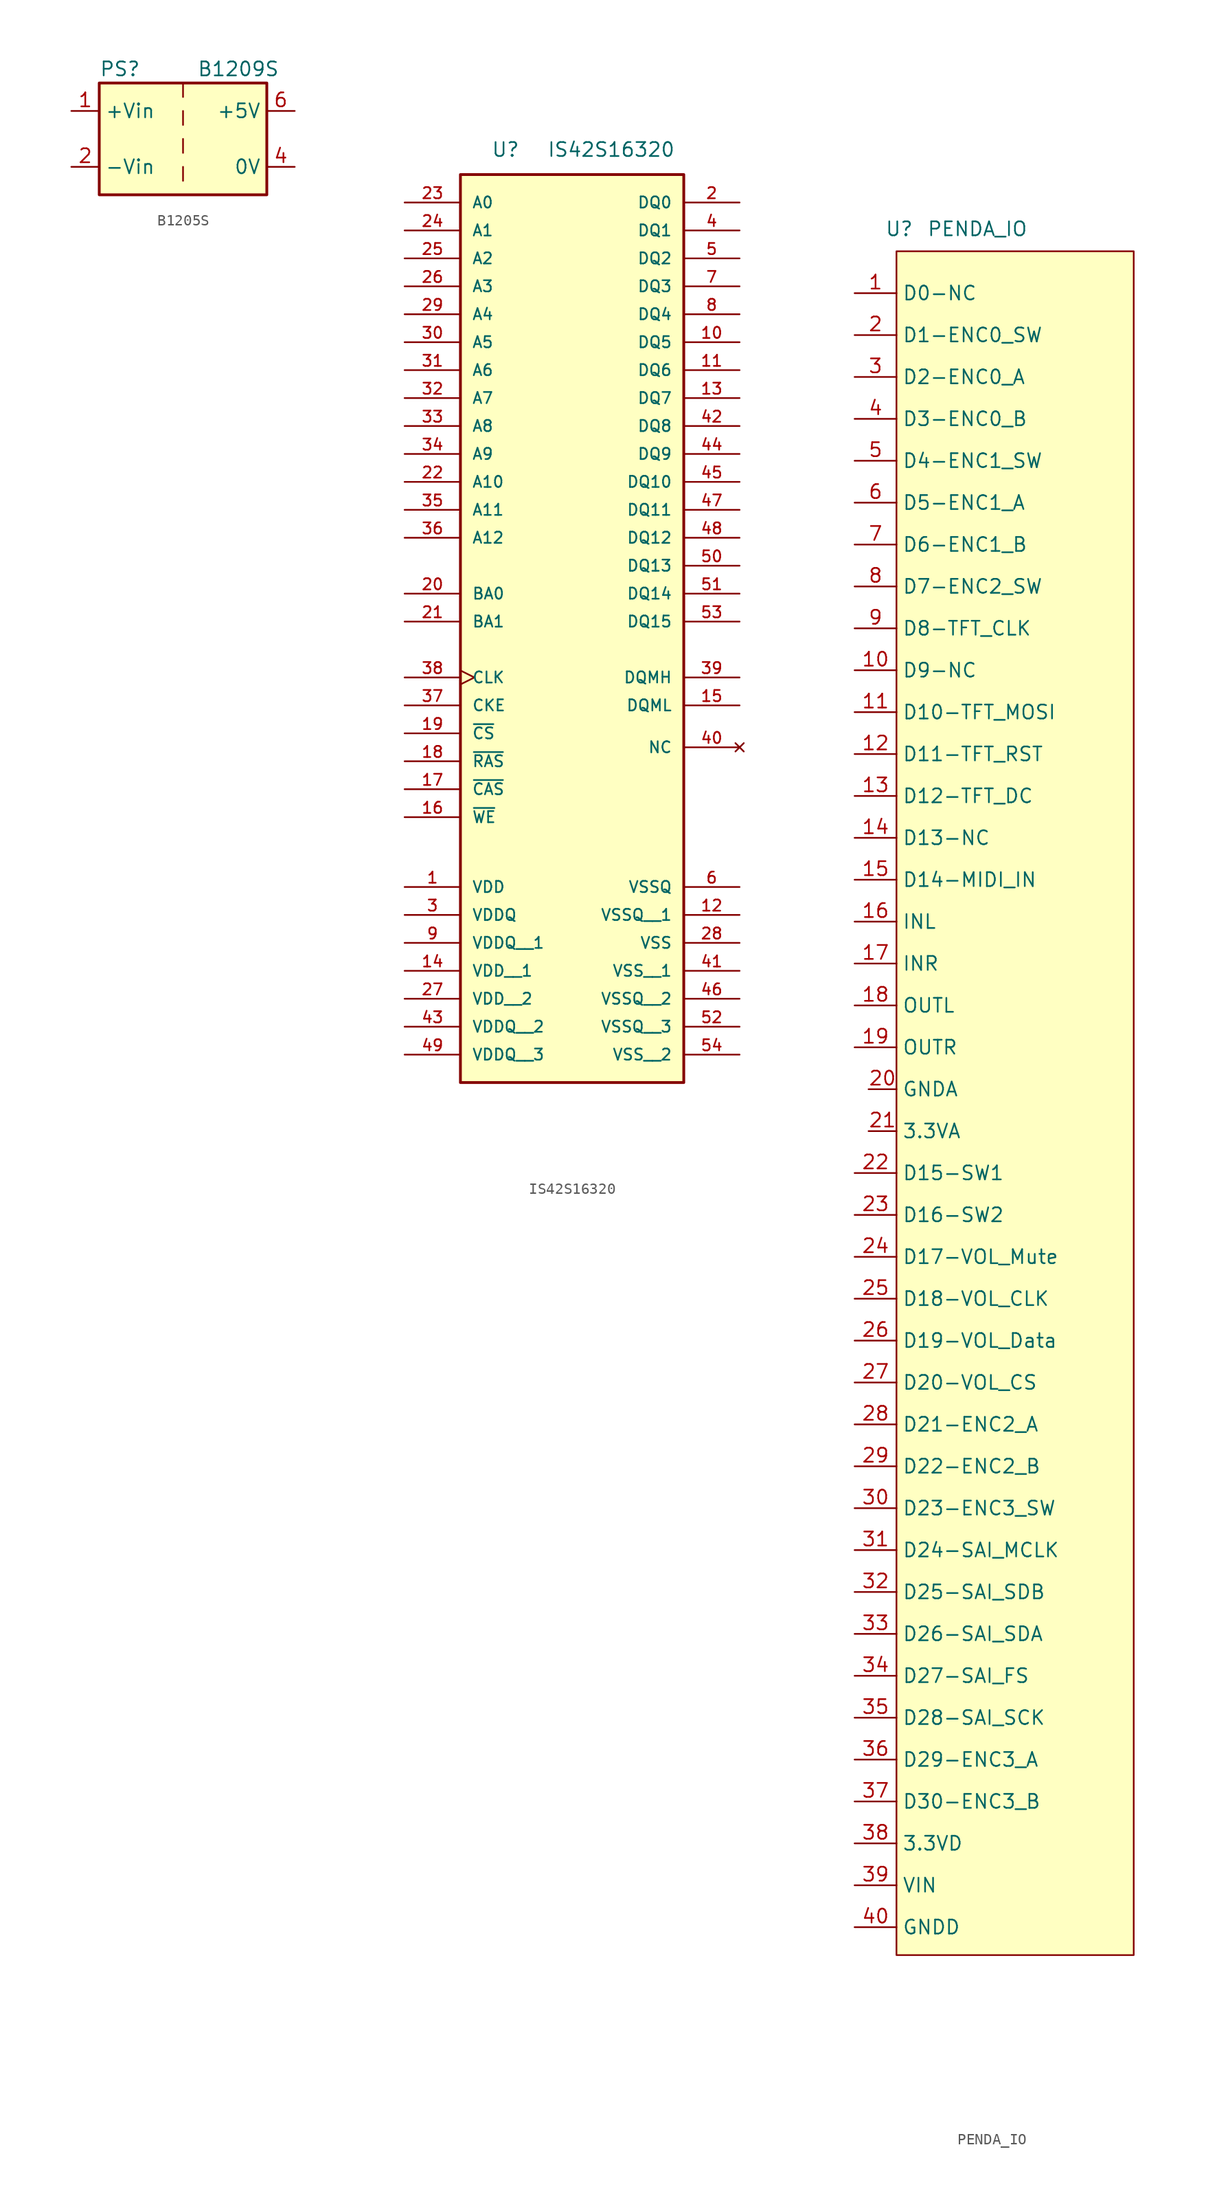
<source format=kicad_sym>
(kicad_symbol_lib
  (version 20241209)
  (generator "kicad_symbol_editor")
  (generator_version "9.0")
  (symbol "B1205S"
    (property "Reference" "PS"
      (at -7.62 6.35 0)
      (effects (font (size 1.27 1.27)) (justify left)))
    (property "Value" "B1209S"
      (at 1.27 6.35 0)
      (effects (font (size 1.27 1.27)) (justify left)))
    (symbol "B1205S_0_0"
      (pin power_in line (at -10.16 2.54 0) (length 2.54) (name "+Vin" (effects (font (size 1.27 1.27)))) (number "1" (effects (font (size 1.27 1.27)))))
      (pin power_in line (at -10.16 -2.54 0) (length 2.54) (name "-Vin" (effects (font (size 1.27 1.27)))) (number "2" (effects (font (size 1.27 1.27))))))
    (symbol "B1205S_0_1"
      (rectangle (start -7.62 5.08) (end 7.62 -5.08) (stroke (width 0.254) (type default)) (fill (type background)))
      (polyline (pts (xy 0 5.08) (xy 0 3.81)) (stroke (width 0) (type default)) (fill (type none)))
      (polyline (pts (xy 0 2.54) (xy 0 1.27)) (stroke (width 0) (type default)) (fill (type none)))
      (polyline (pts (xy 0 0) (xy 0 -1.27)) (stroke (width 0) (type default)) (fill (type none)))
      (polyline (pts (xy 0 -2.54) (xy 0 -3.81)) (stroke (width 0) (type default)) (fill (type none))))
    (symbol "B1205S_1_0"
      (pin power_out line (at 10.16 2.54 180) (length 2.54) (name "+5V" (effects (font (size 1.27 1.27)))) (number "6" (effects (font (size 1.27 1.27)))))
      (pin power_out line (at 10.16 -2.54 180) (length 2.54) (name "0V" (effects (font (size 1.27 1.27)))) (number "4" (effects (font (size 1.27 1.27)))))))
  (symbol "IS42S16320"
    (pin_names
      (offset 1.016))
    (property "Reference" "U"
      (at -7.366 32.004 0)
      (effects (font (size 1.27 1.27)) (justify left bottom)))
    (property "Value" "IS42S16320"
      (at -2.286 32.004 0)
      (effects (font (size 1.27 1.27)) (justify left bottom)))
    (symbol "IS42S16320_0_0"
      (rectangle (start -10.16 30.48) (end 10.16 -52.07) (stroke (width 0.254) (type default)) (fill (type background)))
      (pin input line (at -15.24 27.94 0) (length 5.08) (name "A0" (effects (font (size 1.016 1.016)))) (number "23" (effects (font (size 1.016 1.016)))))
      (pin input line (at -15.24 25.4 0) (length 5.08) (name "A1" (effects (font (size 1.016 1.016)))) (number "24" (effects (font (size 1.016 1.016)))))
      (pin input line (at -15.24 22.86 0) (length 5.08) (name "A2" (effects (font (size 1.016 1.016)))) (number "25" (effects (font (size 1.016 1.016)))))
      (pin input line (at -15.24 20.32 0) (length 5.08) (name "A3" (effects (font (size 1.016 1.016)))) (number "26" (effects (font (size 1.016 1.016)))))
      (pin input line (at -15.24 17.78 0) (length 5.08) (name "A4" (effects (font (size 1.016 1.016)))) (number "29" (effects (font (size 1.016 1.016)))))
      (pin input line (at -15.24 15.24 0) (length 5.08) (name "A5" (effects (font (size 1.016 1.016)))) (number "30" (effects (font (size 1.016 1.016)))))
      (pin input line (at -15.24 12.7 0) (length 5.08) (name "A6" (effects (font (size 1.016 1.016)))) (number "31" (effects (font (size 1.016 1.016)))))
      (pin input line (at -15.24 10.16 0) (length 5.08) (name "A7" (effects (font (size 1.016 1.016)))) (number "32" (effects (font (size 1.016 1.016)))))
      (pin input line (at -15.24 7.62 0) (length 5.08) (name "A8" (effects (font (size 1.016 1.016)))) (number "33" (effects (font (size 1.016 1.016)))))
      (pin input line (at -15.24 5.08 0) (length 5.08) (name "A9" (effects (font (size 1.016 1.016)))) (number "34" (effects (font (size 1.016 1.016)))))
      (pin input line (at -15.24 2.54 0) (length 5.08) (name "A10" (effects (font (size 1.016 1.016)))) (number "22" (effects (font (size 1.016 1.016)))))
      (pin input line (at -15.24 0 0) (length 5.08) (name "A11" (effects (font (size 1.016 1.016)))) (number "35" (effects (font (size 1.016 1.016)))))
      (pin input line (at -15.24 -2.54 0) (length 5.08) (name "A12" (effects (font (size 1.016 1.016)))) (number "36" (effects (font (size 1.016 1.016)))))
      (pin input line (at -15.24 -7.62 0) (length 5.08) (name "BA0" (effects (font (size 1.016 1.016)))) (number "20" (effects (font (size 1.016 1.016)))))
      (pin input line (at -15.24 -10.16 0) (length 5.08) (name "BA1" (effects (font (size 1.016 1.016)))) (number "21" (effects (font (size 1.016 1.016)))))
      (pin input clock (at -15.24 -15.24 0) (length 5.08) (name "CLK" (effects (font (size 1.016 1.016)))) (number "38" (effects (font (size 1.016 1.016)))))
      (pin input line (at -15.24 -17.78 0) (length 5.08) (name "CKE" (effects (font (size 1.016 1.016)))) (number "37" (effects (font (size 1.016 1.016)))))
      (pin input line (at -15.24 -20.32 0) (length 5.08) (name "~{CS}" (effects (font (size 1.016 1.016)))) (number "19" (effects (font (size 1.016 1.016)))))
      (pin input line (at -15.24 -22.86 0) (length 5.08) (name "~{RAS}" (effects (font (size 1.016 1.016)))) (number "18" (effects (font (size 1.016 1.016)))))
      (pin input line (at -15.24 -25.4 0) (length 5.08) (name "~{CAS}" (effects (font (size 1.016 1.016)))) (number "17" (effects (font (size 1.016 1.016)))))
      (pin input line (at -15.24 -27.94 0) (length 5.08) (name "~{WE}" (effects (font (size 1.016 1.016)))) (number "16" (effects (font (size 1.016 1.016)))))
      (pin power_in line (at -15.24 -34.29 0) (length 5.08) (name "VDD" (effects (font (size 1.016 1.016)))) (number "1" (effects (font (size 1.016 1.016)))))
      (pin power_in line (at -15.24 -36.83 0) (length 5.08) (name "VDDQ" (effects (font (size 1.016 1.016)))) (number "3" (effects (font (size 1.016 1.016)))))
      (pin power_in line (at -15.24 -39.37 0) (length 5.08) (name "VDDQ__1" (effects (font (size 1.016 1.016)))) (number "9" (effects (font (size 1.016 1.016)))))
      (pin power_in line (at -15.24 -41.91 0) (length 5.08) (name "VDD__1" (effects (font (size 1.016 1.016)))) (number "14" (effects (font (size 1.016 1.016)))))
      (pin power_in line (at -15.24 -44.45 0) (length 5.08) (name "VDD__2" (effects (font (size 1.016 1.016)))) (number "27" (effects (font (size 1.016 1.016)))))
      (pin power_in line (at -15.24 -46.99 0) (length 5.08) (name "VDDQ__2" (effects (font (size 1.016 1.016)))) (number "43" (effects (font (size 1.016 1.016)))))
      (pin power_in line (at -15.24 -49.53 0) (length 5.08) (name "VDDQ__3" (effects (font (size 1.016 1.016)))) (number "49" (effects (font (size 1.016 1.016)))))
      (pin bidirectional line (at 15.24 27.94 180) (length 5.08) (name "DQ0" (effects (font (size 1.016 1.016)))) (number "2" (effects (font (size 1.016 1.016)))))
      (pin bidirectional line (at 15.24 25.4 180) (length 5.08) (name "DQ1" (effects (font (size 1.016 1.016)))) (number "4" (effects (font (size 1.016 1.016)))))
      (pin bidirectional line (at 15.24 22.86 180) (length 5.08) (name "DQ2" (effects (font (size 1.016 1.016)))) (number "5" (effects (font (size 1.016 1.016)))))
      (pin bidirectional line (at 15.24 20.32 180) (length 5.08) (name "DQ3" (effects (font (size 1.016 1.016)))) (number "7" (effects (font (size 1.016 1.016)))))
      (pin bidirectional line (at 15.24 17.78 180) (length 5.08) (name "DQ4" (effects (font (size 1.016 1.016)))) (number "8" (effects (font (size 1.016 1.016)))))
      (pin bidirectional line (at 15.24 15.24 180) (length 5.08) (name "DQ5" (effects (font (size 1.016 1.016)))) (number "10" (effects (font (size 1.016 1.016)))))
      (pin bidirectional line (at 15.24 12.7 180) (length 5.08) (name "DQ6" (effects (font (size 1.016 1.016)))) (number "11" (effects (font (size 1.016 1.016)))))
      (pin bidirectional line (at 15.24 10.16 180) (length 5.08) (name "DQ7" (effects (font (size 1.016 1.016)))) (number "13" (effects (font (size 1.016 1.016)))))
      (pin bidirectional line (at 15.24 7.62 180) (length 5.08) (name "DQ8" (effects (font (size 1.016 1.016)))) (number "42" (effects (font (size 1.016 1.016)))))
      (pin bidirectional line (at 15.24 5.08 180) (length 5.08) (name "DQ9" (effects (font (size 1.016 1.016)))) (number "44" (effects (font (size 1.016 1.016)))))
      (pin bidirectional line (at 15.24 2.54 180) (length 5.08) (name "DQ10" (effects (font (size 1.016 1.016)))) (number "45" (effects (font (size 1.016 1.016)))))
      (pin bidirectional line (at 15.24 0 180) (length 5.08) (name "DQ11" (effects (font (size 1.016 1.016)))) (number "47" (effects (font (size 1.016 1.016)))))
      (pin bidirectional line (at 15.24 -2.54 180) (length 5.08) (name "DQ12" (effects (font (size 1.016 1.016)))) (number "48" (effects (font (size 1.016 1.016)))))
      (pin bidirectional line (at 15.24 -5.08 180) (length 5.08) (name "DQ13" (effects (font (size 1.016 1.016)))) (number "50" (effects (font (size 1.016 1.016)))))
      (pin bidirectional line (at 15.24 -7.62 180) (length 5.08) (name "DQ14" (effects (font (size 1.016 1.016)))) (number "51" (effects (font (size 1.016 1.016)))))
      (pin bidirectional line (at 15.24 -10.16 180) (length 5.08) (name "DQ15" (effects (font (size 1.016 1.016)))) (number "53" (effects (font (size 1.016 1.016)))))
      (pin bidirectional line (at 15.24 -15.24 180) (length 5.08) (name "DQMH" (effects (font (size 1.016 1.016)))) (number "39" (effects (font (size 1.016 1.016)))))
      (pin bidirectional line (at 15.24 -17.78 180) (length 5.08) (name "DQML" (effects (font (size 1.016 1.016)))) (number "15" (effects (font (size 1.016 1.016)))))
      (pin no_connect line (at 15.24 -21.59 180) (length 5.08) (name "NC" (effects (font (size 1.016 1.016)))) (number "40" (effects (font (size 1.016 1.016)))))
      (pin power_in line (at 15.24 -34.29 180) (length 5.08) (name "VSSQ" (effects (font (size 1.016 1.016)))) (number "6" (effects (font (size 1.016 1.016)))))
      (pin power_in line (at 15.24 -36.83 180) (length 5.08) (name "VSSQ__1" (effects (font (size 1.016 1.016)))) (number "12" (effects (font (size 1.016 1.016)))))
      (pin power_in line (at 15.24 -39.37 180) (length 5.08) (name "VSS" (effects (font (size 1.016 1.016)))) (number "28" (effects (font (size 1.016 1.016)))))
      (pin power_in line (at 15.24 -41.91 180) (length 5.08) (name "VSS__1" (effects (font (size 1.016 1.016)))) (number "41" (effects (font (size 1.016 1.016)))))
      (pin power_in line (at 15.24 -44.45 180) (length 5.08) (name "VSSQ__2" (effects (font (size 1.016 1.016)))) (number "46" (effects (font (size 1.016 1.016)))))
      (pin power_in line (at 15.24 -46.99 180) (length 5.08) (name "VSSQ__3" (effects (font (size 1.016 1.016)))) (number "52" (effects (font (size 1.016 1.016)))))
      (pin power_in line (at 15.24 -49.53 180) (length 5.08) (name "VSS__2" (effects (font (size 1.016 1.016)))) (number "54" (effects (font (size 1.016 1.016)))))))
  (symbol "PENDA_IO"
    (property "Reference" "U"
      (at 0.254 2.032 0)
      (effects (font (size 1.27 1.27))))
    (property "Value" "PENDA_IO"
      (at 7.366 2.032 0)
      (effects (font (size 1.27 1.27))))
    (symbol "PENDA_IO_1_1"
      (unit_name "Audio")
      (rectangle (start 0 0) (end 21.59 -154.94) (stroke (width 0) (type solid)) (fill (type background)))
      (pin bidirectional line (at -3.81 -3.81 0) (length 3.81) (name "D0-NC" (effects (font (size 1.27 1.27)))) (number "1" (effects (font (size 1.27 1.27)))))
      (pin bidirectional line (at -3.81 -7.62 0) (length 3.81) (name "D1-ENC0_SW" (effects (font (size 1.27 1.27)))) (number "2" (effects (font (size 1.27 1.27)))))
      (pin bidirectional line (at -3.81 -11.43 0) (length 3.81) (name "D2-ENC0_A" (effects (font (size 1.27 1.27)))) (number "3" (effects (font (size 1.27 1.27)))))
      (pin bidirectional line (at -3.81 -15.24 0) (length 3.81) (name "D3-ENC0_B" (effects (font (size 1.27 1.27)))) (number "4" (effects (font (size 1.27 1.27)))))
      (pin bidirectional line (at -3.81 -19.05 0) (length 3.81) (name "D4-ENC1_SW" (effects (font (size 1.27 1.27)))) (number "5" (effects (font (size 1.27 1.27)))))
      (pin bidirectional line (at -3.81 -22.86 0) (length 3.81) (name "D5-ENC1_A" (effects (font (size 1.27 1.27)))) (number "6" (effects (font (size 1.27 1.27)))))
      (pin bidirectional line (at -3.81 -26.67 0) (length 3.81) (name "D6-ENC1_B" (effects (font (size 1.27 1.27)))) (number "7" (effects (font (size 1.27 1.27)))))
      (pin bidirectional line (at -3.81 -30.48 0) (length 3.81) (name "D7-ENC2_SW" (effects (font (size 1.27 1.27)))) (number "8" (effects (font (size 1.27 1.27)))))
      (pin bidirectional line (at -3.81 -34.29 0) (length 3.81) (name "D8-TFT_CLK" (effects (font (size 1.27 1.27)))) (number "9" (effects (font (size 1.27 1.27)))))
      (pin bidirectional line (at -3.81 -38.1 0) (length 3.81) (name "D9-NC" (effects (font (size 1.27 1.27)))) (number "10" (effects (font (size 1.27 1.27)))))
      (pin bidirectional line (at -3.81 -41.91 0) (length 3.81) (name "D10-TFT_MOSI" (effects (font (size 1.27 1.27)))) (number "11" (effects (font (size 1.27 1.27)))))
      (pin bidirectional line (at -3.81 -45.72 0) (length 3.81) (name "D11-TFT_RST" (effects (font (size 1.27 1.27)))) (number "12" (effects (font (size 1.27 1.27)))))
      (pin bidirectional line (at -3.81 -49.53 0) (length 3.81) (name "D12-TFT_DC" (effects (font (size 1.27 1.27)))) (number "13" (effects (font (size 1.27 1.27)))))
      (pin bidirectional line (at -3.81 -53.34 0) (length 3.81) (name "D13-NC" (effects (font (size 1.27 1.27)))) (number "14" (effects (font (size 1.27 1.27)))))
      (pin bidirectional line (at -3.81 -57.15 0) (length 3.81) (name "D14-MIDI_IN" (effects (font (size 1.27 1.27)))) (number "15" (effects (font (size 1.27 1.27)))))
      (pin input line (at -3.81 -60.96 0) (length 3.81) (name "INL" (effects (font (size 1.27 1.27)))) (number "16" (effects (font (size 1.27 1.27)))))
      (pin input line (at -3.81 -64.77 0) (length 3.81) (name "INR" (effects (font (size 1.27 1.27)))) (number "17" (effects (font (size 1.27 1.27)))))
      (pin output line (at -3.81 -68.58 0) (length 3.81) (name "OUTL" (effects (font (size 1.27 1.27)))) (number "18" (effects (font (size 1.27 1.27)))))
      (pin output line (at -3.81 -72.39 0) (length 3.81) (name "OUTR" (effects (font (size 1.27 1.27)))) (number "19" (effects (font (size 1.27 1.27)))))
      (pin bidirectional line (at -3.81 -83.82 0) (length 3.81) (name "D15-SW1" (effects (font (size 1.27 1.27)))) (number "22" (effects (font (size 1.27 1.27)))))
      (pin bidirectional line (at -3.81 -87.63 0) (length 3.81) (name "D16-SW2" (effects (font (size 1.27 1.27)))) (number "23" (effects (font (size 1.27 1.27)))))
      (pin bidirectional line (at -3.81 -91.44 0) (length 3.81) (name "D17-VOL_Mute" (effects (font (size 1.27 1.27)))) (number "24" (effects (font (size 1.27 1.27)))))
      (pin bidirectional line (at -3.81 -95.25 0) (length 3.81) (name "D18-VOL_CLK" (effects (font (size 1.27 1.27)))) (number "25" (effects (font (size 1.27 1.27)))))
      (pin bidirectional line (at -3.81 -99.06 0) (length 3.81) (name "D19-VOL_Data" (effects (font (size 1.27 1.27)))) (number "26" (effects (font (size 1.27 1.27)))))
      (pin bidirectional line (at -3.81 -102.87 0) (length 3.81) (name "D20-VOL_CS" (effects (font (size 1.27 1.27)))) (number "27" (effects (font (size 1.27 1.27)))))
      (pin bidirectional line (at -3.81 -106.68 0) (length 3.81) (name "D21-ENC2_A" (effects (font (size 1.27 1.27)))) (number "28" (effects (font (size 1.27 1.27)))))
      (pin bidirectional line (at -3.81 -110.49 0) (length 3.81) (name "D22-ENC2_B" (effects (font (size 1.27 1.27)))) (number "29" (effects (font (size 1.27 1.27)))))
      (pin bidirectional line (at -3.81 -114.3 0) (length 3.81) (name "D23-ENC3_SW" (effects (font (size 1.27 1.27)))) (number "30" (effects (font (size 1.27 1.27)))))
      (pin bidirectional line (at -3.81 -118.11 0) (length 3.81) (name "D24-SAI_MCLK" (effects (font (size 1.27 1.27)))) (number "31" (effects (font (size 1.27 1.27)))))
      (pin bidirectional line (at -3.81 -121.92 0) (length 3.81) (name "D25-SAI_SDB" (effects (font (size 1.27 1.27)))) (number "32" (effects (font (size 1.27 1.27)))))
      (pin bidirectional line (at -3.81 -125.73 0) (length 3.81) (name "D26-SAI_SDA" (effects (font (size 1.27 1.27)))) (number "33" (effects (font (size 1.27 1.27)))))
      (pin bidirectional line (at -3.81 -129.54 0) (length 3.81) (name "D27-SAI_FS" (effects (font (size 1.27 1.27)))) (number "34" (effects (font (size 1.27 1.27)))))
      (pin bidirectional line (at -3.81 -133.35 0) (length 3.81) (name "D28-SAI_SCK" (effects (font (size 1.27 1.27)))) (number "35" (effects (font (size 1.27 1.27)))))
      (pin bidirectional line (at -3.81 -137.16 0) (length 3.81) (name "D29-ENC3_A" (effects (font (size 1.27 1.27)))) (number "36" (effects (font (size 1.27 1.27)))))
      (pin bidirectional line (at -3.81 -140.97 0) (length 3.81) (name "D30-ENC3_B" (effects (font (size 1.27 1.27)))) (number "37" (effects (font (size 1.27 1.27)))))
      (pin input line (at -3.81 -144.78 0) (length 3.81) (name "3.3VD" (effects (font (size 1.27 1.27)))) (number "38" (effects (font (size 1.27 1.27)))))
      (pin input line (at -3.81 -148.59 0) (length 3.81) (name "VIN" (effects (font (size 1.27 1.27)))) (number "39" (effects (font (size 1.27 1.27)))))
      (pin input line (at -3.81 -152.4 0) (length 3.81) (name "GNDD" (effects (font (size 1.27 1.27)))) (number "40" (effects (font (size 1.27 1.27)))))
      (pin input line (at -2.54 -76.2 0) (length 2.54) (name "GNDA" (effects (font (size 1.27 1.27)))) (number "20" (effects (font (size 1.27 1.27)))))
      (pin input line (at -2.54 -80.01 0) (length 2.54) (name "3.3VA" (effects (font (size 1.27 1.27)))) (number "21" (effects (font (size 1.27 1.27))))))))
</source>
